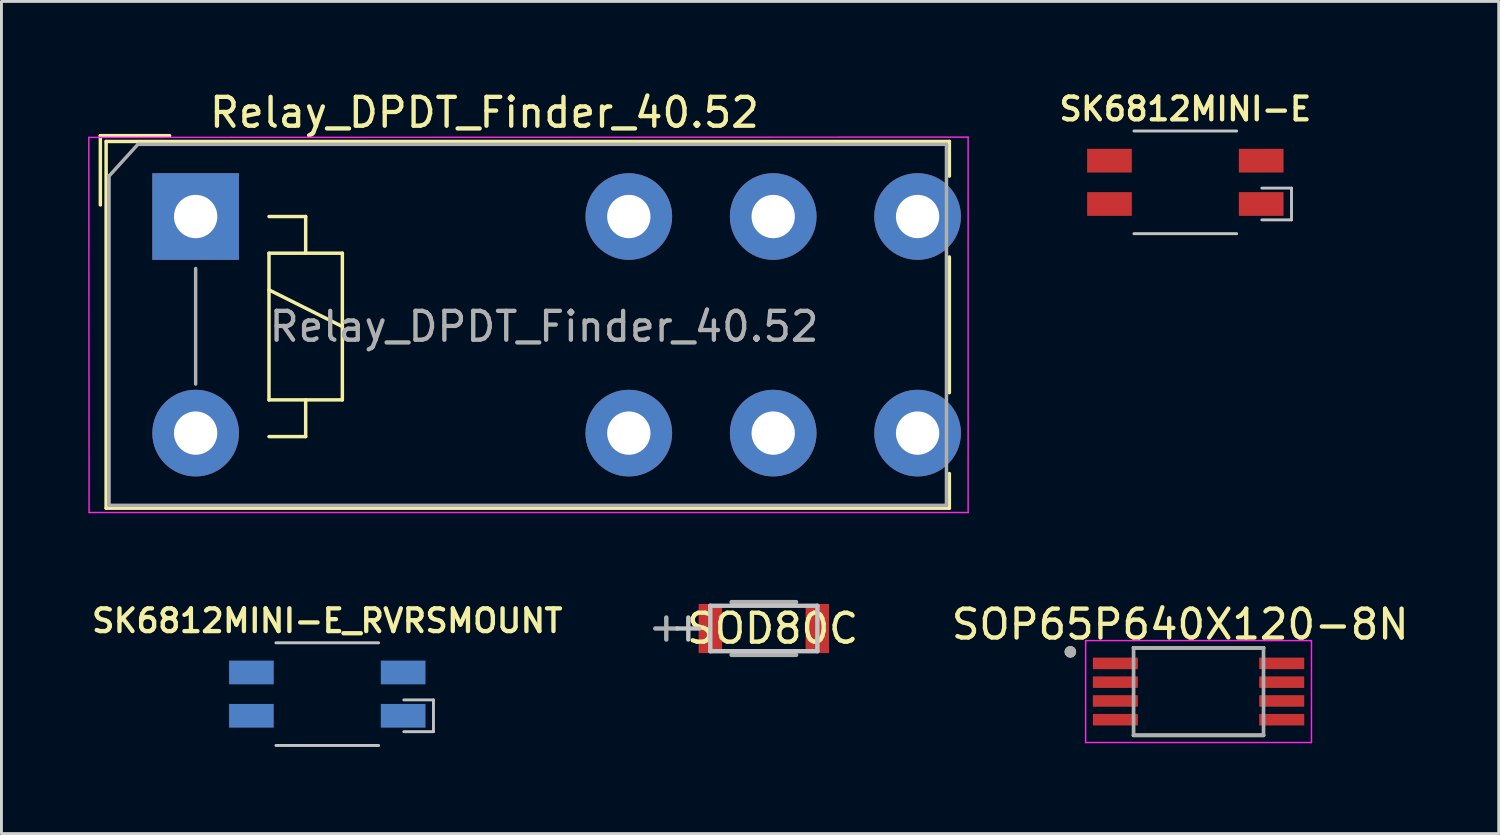
<source format=kicad_pcb>
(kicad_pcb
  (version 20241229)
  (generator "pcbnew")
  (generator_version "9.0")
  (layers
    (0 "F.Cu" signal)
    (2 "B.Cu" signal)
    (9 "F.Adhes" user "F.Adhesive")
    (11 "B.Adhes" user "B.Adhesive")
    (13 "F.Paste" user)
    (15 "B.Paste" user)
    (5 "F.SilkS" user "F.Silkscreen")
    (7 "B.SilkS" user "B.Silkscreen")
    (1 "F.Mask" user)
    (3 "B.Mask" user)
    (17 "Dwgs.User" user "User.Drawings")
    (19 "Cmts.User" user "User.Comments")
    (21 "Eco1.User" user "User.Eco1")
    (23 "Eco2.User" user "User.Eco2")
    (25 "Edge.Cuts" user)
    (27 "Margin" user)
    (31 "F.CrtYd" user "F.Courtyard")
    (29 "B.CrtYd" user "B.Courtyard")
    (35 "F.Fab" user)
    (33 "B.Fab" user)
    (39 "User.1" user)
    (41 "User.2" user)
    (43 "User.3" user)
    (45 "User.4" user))
  (footprint "SOD80C"
    (layer "F.Cu")
    (at 23.401 18.714)
    (property "Reference" "SOD80C" (at 0.305 -0.000003 0) (layer "F.SilkS") (effects (font (size 1.002 1.002) (thickness 0.15))))
    (attr through_hole)
    (fp_line (start -2.616 -0.381) (end -2.616 0.381) (stroke (width 0.152) (type solid)) (layer "Dwgs.User"))
    (fp_line (start -2.235 0) (end -2.997 0) (stroke (width 0.152) (type solid)) (layer "Dwgs.User"))
    (fp_line (start -1.854 -0.787) (end -1.854 0.787) (stroke (width 0.152) (type solid)) (layer "Dwgs.User"))
    (fp_line (start -1.854 0.787) (end 1.854 0.787) (stroke (width 0.152) (type solid)) (layer "Dwgs.User"))
    (fp_line (start 1.854 -0.787) (end -1.854 -0.787) (stroke (width 0.152) (type solid)) (layer "Dwgs.User"))
    (fp_line (start 1.854 0.787) (end 1.854 -0.787) (stroke (width 0.152) (type solid)) (layer "Dwgs.User"))
    (fp_line (start -3.378 -0.381) (end -3.378 0.381) (stroke (width 0.152) (type solid)) (layer "F.Fab"))
    (fp_line (start -2.997 0) (end -3.759 0) (stroke (width 0.152) (type solid)) (layer "F.Fab"))
    (fp_line (start -1.118 0.914) (end 1.118 0.914) (stroke (width 0.152) (type solid)) (layer "F.Fab"))
    (fp_line (start 1.118 -0.914) (end -1.118 -0.914) (stroke (width 0.152) (type solid)) (layer "F.Fab"))
    (pad "1" smd rect (at -1.852 0) (size 0.813 1.702) (layers "F.Cu" "F.Mask" "F.Paste"))
    (pad "2" smd rect (at 1.852 0 180) (size 0.813 1.702) (layers "F.Cu" "F.Mask" "F.Paste")))
  (footprint "SK6812MINI-E"
    (layer "F.Cu")
    (at 37.996 3.264)
    (property "Reference" "SK6812MINI-E" (at 0 -2.54 0) (layer "F.SilkS") (effects (font (size 0.787 0.787) (thickness 0.15))))
    (attr smd)
    (fp_poly (pts (xy -1.75 -1.55) (xy 1.75 -1.55) (xy 1.75 1.55) (xy -1.75 1.55)) (stroke (width 0.01) (type solid)) (fill yes) (layer "F.Mask"))
    (fp_poly (pts (xy -1.75 -1.55) (xy 1.75 -1.55) (xy 1.75 1.55) (xy -1.75 1.55)) (stroke (width 0.01) (type solid)) (fill yes) (layer "B.Mask"))
    (fp_line (start -1.778 -1.778) (end 1.778 -1.778) (stroke (width 0.102) (type solid)) (layer "Dwgs.User"))
    (fp_line (start -1.778 1.778) (end 1.778 1.778) (stroke (width 0.102) (type solid)) (layer "Dwgs.User"))
    (fp_line (start 2.65 1.3) (end 3.677 1.3) (stroke (width 0.1) (type solid)) (layer "Dwgs.User"))
    (fp_line (start 3.677 0.2) (end 2.65 0.2) (stroke (width 0.1) (type solid)) (layer "Dwgs.User"))
    (fp_line (start 3.677 1.3) (end 3.677 0.2) (stroke (width 0.1) (type solid)) (layer "Dwgs.User"))
    (fp_line (start -1.75 -1.55) (end -1.75 1.55) (stroke (width 0.001) (type solid)) (layer "Edge.Cuts"))
    (fp_line (start -1.75 1.55) (end 1.75 1.55) (stroke (width 0.001) (type solid)) (layer "Edge.Cuts"))
    (fp_line (start 1.75 -1.55) (end -1.75 -1.55) (stroke (width 0.001) (type solid)) (layer "Edge.Cuts"))
    (fp_line (start 1.75 1.55) (end 1.75 -1.55) (stroke (width 0.001) (type solid)) (layer "Edge.Cuts"))
    (pad "1" smd custom (at 2.628 -0.75) (size 1.35 0.635) (layers "F.Cu" "F.Mask" "F.Paste") (options (anchor rect)) (primitives (gr_poly (pts (xy -0.774 -0.41) (xy -0.774 0.41) (xy 0.772 0.41) (xy 0.772 -0.41)) (width 0.001) (fill yes))))
    (pad "2" smd custom (at 2.628 0.75) (size 1.35 0.635) (layers "F.Cu" "F.Mask" "F.Paste") (options (anchor rect)) (primitives (gr_poly (pts (xy 0.772 -0.41) (xy 0.772 0.41) (xy -0.774 0.41) (xy -0.774 -0.41)) (width 0.001) (fill yes))))
    (pad "3" smd custom (at -2.628 0.75) (size 1.35 0.635) (layers "F.Cu" "F.Mask" "F.Paste") (options (anchor rect)) (primitives (gr_poly (pts (xy -0.772 -0.41) (xy -0.772 0.41) (xy 0.774 0.41) (xy 0.774 -0.41)) (width 0.001) (fill yes))))
    (pad "4" smd custom (at -2.628 -0.75) (size 1.35 0.635) (layers "F.Cu" "F.Mask" "F.Paste") (options (anchor rect)) (primitives (gr_poly (pts (xy 0.774 0.41) (xy -0.772 0.41) (xy -0.772 -0.41) (xy 0.774 -0.41)) (width 0.001) (fill yes)))))
  (footprint "SK6812MINI-E_RVRSMOUNT"
    (layer "F.Cu")
    (at 8.283 20.987)
    (property "Reference" "SK6812MINI-E_RVRSMOUNT" (at 0 -2.54 0) (layer "F.SilkS") (effects (font (size 0.787 0.787) (thickness 0.15))))
    (attr smd)
    (fp_poly (pts (xy -1.75 -1.55) (xy 1.75 -1.55) (xy 1.75 1.55) (xy -1.75 1.55)) (stroke (width 0.01) (type solid)) (fill yes) (layer "F.Mask"))
    (fp_poly (pts (xy -1.75 -1.55) (xy 1.75 -1.55) (xy 1.75 1.55) (xy -1.75 1.55)) (stroke (width 0.01) (type solid)) (fill yes) (layer "B.Mask"))
    (fp_line (start -1.778 -1.778) (end 1.778 -1.778) (stroke (width 0.102) (type solid)) (layer "Dwgs.User"))
    (fp_line (start -1.778 1.778) (end 1.778 1.778) (stroke (width 0.102) (type solid)) (layer "Dwgs.User"))
    (fp_line (start 2.65 1.3) (end 3.677 1.3) (stroke (width 0.1) (type solid)) (layer "Dwgs.User"))
    (fp_line (start 3.677 0.2) (end 2.65 0.2) (stroke (width 0.1) (type solid)) (layer "Dwgs.User"))
    (fp_line (start 3.677 1.3) (end 3.677 0.2) (stroke (width 0.1) (type solid)) (layer "Dwgs.User"))
    (fp_line (start -1.75 -1.55) (end -1.75 1.55) (stroke (width 0.001) (type solid)) (layer "Edge.Cuts"))
    (fp_line (start -1.75 1.55) (end 1.75 1.55) (stroke (width 0.001) (type solid)) (layer "Edge.Cuts"))
    (fp_line (start 1.75 -1.55) (end -1.75 -1.55) (stroke (width 0.001) (type solid)) (layer "Edge.Cuts"))
    (fp_line (start 1.75 1.55) (end 1.75 -1.55) (stroke (width 0.001) (type solid)) (layer "Edge.Cuts"))
    (pad "P$1" smd custom (at -2.628 -0.75) (size 1.35 0.635) (layers "B.Cu" "B.Mask" "B.Paste") (options (anchor rect)) (primitives (gr_poly (pts (xy 0.774 0.41) (xy -0.772 0.41) (xy -0.772 -0.41) (xy 0.774 -0.41)) (width 0.001) (fill yes))))
    (pad "P$2" smd custom (at -2.628 0.75) (size 1.35 0.635) (layers "B.Cu" "B.Mask" "B.Paste") (options (anchor rect)) (primitives (gr_poly (pts (xy -0.772 -0.41) (xy -0.772 0.41) (xy 0.774 0.41) (xy 0.774 -0.41)) (width 0.001) (fill yes))))
    (pad "P$3" smd custom (at 2.628 0.75) (size 1.35 0.635) (layers "B.Cu" "B.Mask" "B.Paste") (options (anchor rect)) (primitives (gr_poly (pts (xy 0.772 -0.41) (xy 0.772 0.41) (xy -0.774 0.41) (xy -0.774 -0.41)) (width 0.001) (fill yes))))
    (pad "P$4" smd custom (at 2.628 -0.75) (size 1.35 0.635) (layers "B.Cu" "B.Mask" "B.Paste") (options (anchor rect)) (primitives (gr_poly (pts (xy -0.774 -0.41) (xy -0.774 0.41) (xy 0.772 0.41) (xy 0.772 -0.41)) (width 0.001) (fill yes)))))
  (footprint "SOP65P640X120-8N"
    (layer "F.Cu")
    (at 38.454 20.898)
    (property "Reference" "SOP65P640X120-8N" (at -0.635 -2.327 0) (layer "F.SilkS") (effects (font (size 1 1) (thickness 0.15))))
    (attr smd)
    (fp_line (start -2.25 -1.515) (end 2.25 -1.515) (stroke (width 0.127) (type solid)) (layer "F.SilkS"))
    (fp_line (start -2.25 1.515) (end 2.25 1.515) (stroke (width 0.127) (type solid)) (layer "F.SilkS"))
    (fp_circle (center -4.44 -1.375) (end -4.34 -1.375) (stroke (width 0.2) (type solid)) (fill no) (layer "F.SilkS"))
    (fp_line (start -3.91 -1.765) (end -3.91 1.765) (stroke (width 0.05) (type solid)) (layer "F.CrtYd"))
    (fp_line (start -3.91 -1.765) (end 3.91 -1.765) (stroke (width 0.05) (type solid)) (layer "F.CrtYd"))
    (fp_line (start -3.91 1.765) (end 3.91 1.765) (stroke (width 0.05) (type solid)) (layer "F.CrtYd"))
    (fp_line (start 3.91 -1.765) (end 3.91 1.765) (stroke (width 0.05) (type solid)) (layer "F.CrtYd"))
    (fp_line (start -2.25 -1.515) (end -2.25 1.515) (stroke (width 0.127) (type solid)) (layer "F.Fab"))
    (fp_line (start -2.25 -1.515) (end 2.25 -1.515) (stroke (width 0.127) (type solid)) (layer "F.Fab"))
    (fp_line (start -2.25 1.515) (end 2.25 1.515) (stroke (width 0.127) (type solid)) (layer "F.Fab"))
    (fp_line (start 2.25 -1.515) (end 2.25 1.515) (stroke (width 0.127) (type solid)) (layer "F.Fab"))
    (fp_circle (center -4.44 -1.375) (end -4.34 -1.375) (stroke (width 0.2) (type solid)) (fill no) (layer "F.Fab"))
    (pad "1" smd roundrect (at -2.88 -0.975) (size 1.56 0.4) (layers "F.Cu" "F.Mask" "F.Paste") (roundrect_rratio 0.05))
    (pad "2" smd roundrect (at -2.88 -0.325) (size 1.56 0.4) (layers "F.Cu" "F.Mask" "F.Paste") (roundrect_rratio 0.05))
    (pad "3" smd roundrect (at -2.88 0.325) (size 1.56 0.4) (layers "F.Cu" "F.Mask" "F.Paste") (roundrect_rratio 0.05))
    (pad "4" smd roundrect (at -2.88 0.975) (size 1.56 0.4) (layers "F.Cu" "F.Mask" "F.Paste") (roundrect_rratio 0.05))
    (pad "5" smd roundrect (at 2.88 0.975) (size 1.56 0.4) (layers "F.Cu" "F.Mask" "F.Paste") (roundrect_rratio 0.05))
    (pad "6" smd roundrect (at 2.88 0.325) (size 1.56 0.4) (layers "F.Cu" "F.Mask" "F.Paste") (roundrect_rratio 0.05))
    (pad "7" smd roundrect (at 2.88 -0.325) (size 1.56 0.4) (layers "F.Cu" "F.Mask" "F.Paste") (roundrect_rratio 0.05))
    (pad "8" smd roundrect (at 2.88 -0.975) (size 1.56 0.4) (layers "F.Cu" "F.Mask" "F.Paste") (roundrect_rratio 0.05)))
  (footprint "Relay_DPDT_Finder_40.52"
    (layer "F.Cu")
    (at 3.725 4.448)
    (property "Reference" "Relay_DPDT_Finder_40.52" (at 10 -3.6 0) (layer "F.SilkS") (effects (font (size 1 1) (thickness 0.15))))
    (attr through_hole)
    (fp_line (start -3.3 -0.4) (end -3.3 -2.8) (stroke (width 0.12) (type solid)) (layer "F.SilkS"))
    (fp_line (start -3.1 -2.6) (end 26.1 -2.6) (stroke (width 0.12) (type solid)) (layer "F.SilkS"))
    (fp_line (start -3.1 10.1) (end -3.1 -2.6) (stroke (width 0.12) (type solid)) (layer "F.SilkS"))
    (fp_line (start -0.9 -2.8) (end -3.3 -2.8) (stroke (width 0.12) (type solid)) (layer "F.SilkS"))
    (fp_line (start 2.54 0) (end 3.81 0) (stroke (width 0.12) (type solid)) (layer "F.SilkS"))
    (fp_line (start 2.54 1.27) (end 3.81 1.27) (stroke (width 0.12) (type solid)) (layer "F.SilkS"))
    (fp_line (start 2.54 2.54) (end 5.08 3.81) (stroke (width 0.12) (type solid)) (layer "F.SilkS"))
    (fp_line (start 2.54 6.35) (end 2.54 1.27) (stroke (width 0.12) (type solid)) (layer "F.SilkS"))
    (fp_line (start 3.81 0) (end 3.81 1.27) (stroke (width 0.12) (type solid)) (layer "F.SilkS"))
    (fp_line (start 3.81 1.27) (end 5.08 1.27) (stroke (width 0.12) (type solid)) (layer "F.SilkS"))
    (fp_line (start 3.81 6.35) (end 3.81 7.62) (stroke (width 0.12) (type solid)) (layer "F.SilkS"))
    (fp_line (start 3.81 7.62) (end 2.54 7.62) (stroke (width 0.12) (type solid)) (layer "F.SilkS"))
    (fp_line (start 5.08 1.27) (end 5.08 6.35) (stroke (width 0.12) (type solid)) (layer "F.SilkS"))
    (fp_line (start 5.08 6.35) (end 2.54 6.35) (stroke (width 0.12) (type solid)) (layer "F.SilkS"))
    (fp_line (start 26.1 -2.6) (end 26.1 -1.4) (stroke (width 0.12) (type solid)) (layer "F.SilkS"))
    (fp_line (start 26.1 1.4) (end 26.1 6.1) (stroke (width 0.12) (type solid)) (layer "F.SilkS"))
    (fp_line (start 26.1 8.9) (end 26.1 10.1) (stroke (width 0.12) (type solid)) (layer "F.SilkS"))
    (fp_line (start 26.1 10.1) (end -3.1 10.1) (stroke (width 0.12) (type solid)) (layer "F.SilkS"))
    (fp_line (start -3.7 -2.74) (end -3.69 10.25) (stroke (width 0.05) (type solid)) (layer "F.CrtYd"))
    (fp_line (start -3.7 -2.74) (end 26.75 -2.75) (stroke (width 0.05) (type solid)) (layer "F.CrtYd"))
    (fp_line (start 26.75 10.25) (end -3.69 10.25) (stroke (width 0.05) (type solid)) (layer "F.CrtYd"))
    (fp_line (start 26.75 10.25) (end 26.75 -2.75) (stroke (width 0.05) (type solid)) (layer "F.CrtYd"))
    (fp_line (start -3 -1.4) (end -3 10) (stroke (width 0.12) (type solid)) (layer "F.Fab"))
    (fp_line (start -3 10) (end 26 10) (stroke (width 0.12) (type solid)) (layer "F.Fab"))
    (fp_line (start -2 -2.5) (end -3 -1.4) (stroke (width 0.12) (type solid)) (layer "F.Fab"))
    (fp_line (start 0 1.8) (end 0 5.8) (stroke (width 0.12) (type solid)) (layer "F.Fab"))
    (fp_line (start 26 -2.5) (end -2 -2.5) (stroke (width 0.12) (type solid)) (layer "F.Fab"))
    (fp_line (start 26 10) (end 26 -2.5) (stroke (width 0.12) (type solid)) (layer "F.Fab"))
    (fp_text user "${REFERENCE}" (at 12.065 3.81 0) (layer "F.Fab") (effects (font (size 1 1) (thickness 0.15))))
    (pad "11" thru_hole circle (at 20 0) (size 3 3) (drill 1.5) (layers "*.Cu" "*.Mask"))
    (pad "12" thru_hole circle (at 15 0) (size 3 3) (drill 1.5) (layers "*.Cu" "*.Mask"))
    (pad "14" thru_hole circle (at 25 0) (size 3 3) (drill 1.5) (layers "*.Cu" "*.Mask"))
    (pad "21" thru_hole circle (at 20 7.5) (size 3 3) (drill 1.5) (layers "*.Cu" "*.Mask"))
    (pad "22" thru_hole circle (at 15 7.5) (size 3 3) (drill 1.5) (layers "*.Cu" "*.Mask"))
    (pad "24" thru_hole circle (at 25 7.5) (size 3 3) (drill 1.5) (layers "*.Cu" "*.Mask"))
    (pad "A1" thru_hole rect (at 0 0) (size 3 3) (drill 1.5) (layers "*.Cu" "*.Mask"))
    (pad "A2" thru_hole circle (at 0 7.5) (size 3 3) (drill 1.5) (layers "*.Cu" "*.Mask")))
  (gr_rect
    (start -3 -3)
    (end 48.849 25.816)
    (stroke (width 0.1) (type default))
    (fill no)
    (layer "Edge.Cuts")))
</source>
